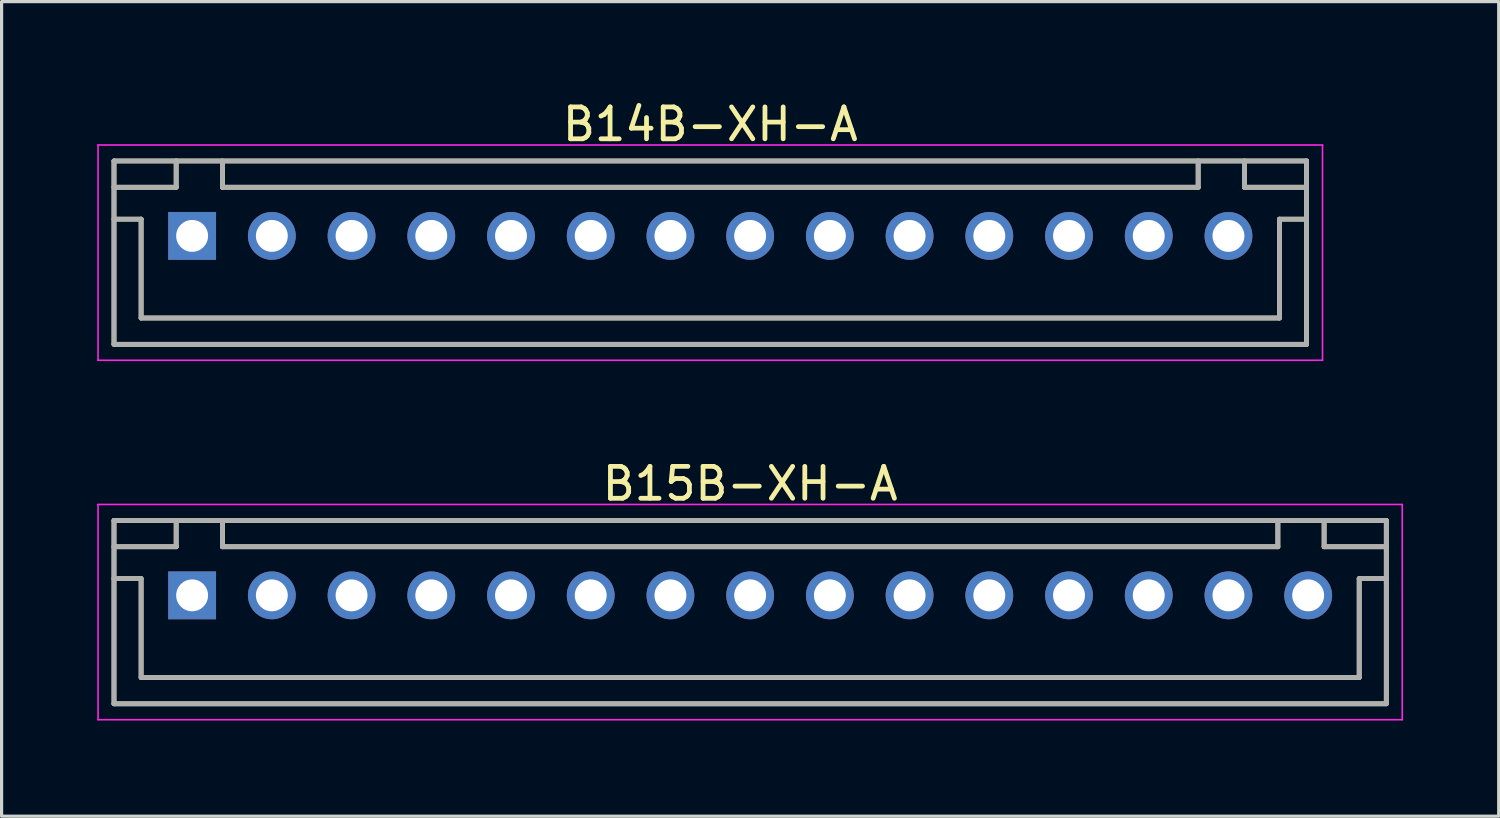
<source format=kicad_pcb>
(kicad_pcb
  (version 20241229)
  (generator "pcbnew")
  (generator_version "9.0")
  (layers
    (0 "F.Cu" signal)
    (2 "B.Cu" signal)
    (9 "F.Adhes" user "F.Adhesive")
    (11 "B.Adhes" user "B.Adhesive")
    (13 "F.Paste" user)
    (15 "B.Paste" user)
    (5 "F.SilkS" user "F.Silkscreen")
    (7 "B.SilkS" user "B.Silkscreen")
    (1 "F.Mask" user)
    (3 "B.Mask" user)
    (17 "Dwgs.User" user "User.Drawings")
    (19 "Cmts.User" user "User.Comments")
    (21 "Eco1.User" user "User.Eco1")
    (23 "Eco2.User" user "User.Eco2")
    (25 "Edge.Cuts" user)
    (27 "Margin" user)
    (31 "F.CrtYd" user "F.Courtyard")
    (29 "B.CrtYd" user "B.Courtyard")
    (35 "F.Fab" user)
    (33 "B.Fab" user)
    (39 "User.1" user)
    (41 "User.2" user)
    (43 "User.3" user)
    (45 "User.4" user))
  (footprint "B14B-XH-A"
    (layer "F.Cu")
    (at 19.225 4.348)
    (property "Reference" "B14B-XH-A" (at 0 -3.5 0) (layer "F.SilkS") (effects (font (size 1 1) (thickness 0.15))))
    (attr smd)
    (fp_line (start -18.7 -2.35) (end -18.7 3.4) (stroke (width 0.15) (type solid)) (layer "F.SilkS"))
    (fp_line (start -18.7 -2.35) (end 18.7 -2.35) (stroke (width 0.15) (type solid)) (layer "F.SilkS"))
    (fp_line (start -18.7 -1.525) (end -16.75 -1.525) (stroke (width 0.15) (type solid)) (layer "F.SilkS"))
    (fp_line (start -18.7 -0.525) (end -17.85 -0.525) (stroke (width 0.15) (type solid)) (layer "F.SilkS"))
    (fp_line (start -18.7 3.4) (end 18.7 3.4) (stroke (width 0.15) (type solid)) (layer "F.SilkS"))
    (fp_line (start -17.85 -0.525) (end -17.85 2.575) (stroke (width 0.15) (type solid)) (layer "F.SilkS"))
    (fp_line (start -17.85 2.575) (end 17.85 2.575) (stroke (width 0.15) (type solid)) (layer "F.SilkS"))
    (fp_line (start -16.75 -2.35) (end -16.75 -1.525) (stroke (width 0.15) (type solid)) (layer "F.SilkS"))
    (fp_line (start -15.3 -2.35) (end -15.3 -1.525) (stroke (width 0.15) (type solid)) (layer "F.SilkS"))
    (fp_line (start -15.3 -1.525) (end 15.3 -1.525) (stroke (width 0.15) (type solid)) (layer "F.SilkS"))
    (fp_line (start 15.3 -2.35) (end 15.3 -1.525) (stroke (width 0.15) (type solid)) (layer "F.SilkS"))
    (fp_line (start 16.75 -2.35) (end 16.75 -1.525) (stroke (width 0.15) (type solid)) (layer "F.SilkS"))
    (fp_line (start 16.75 -1.525) (end 18.7 -1.525) (stroke (width 0.15) (type solid)) (layer "F.SilkS"))
    (fp_line (start 17.85 -0.525) (end 17.85 2.575) (stroke (width 0.15) (type solid)) (layer "F.SilkS"))
    (fp_line (start 17.85 -0.525) (end 18.7 -0.525) (stroke (width 0.15) (type solid)) (layer "F.SilkS"))
    (fp_line (start 18.7 -2.35) (end 18.7 3.4) (stroke (width 0.15) (type solid)) (layer "F.SilkS"))
    (fp_line (start -19.2 -2.85) (end -19.2 3.9) (stroke (width 0.05) (type solid)) (layer "F.CrtYd"))
    (fp_line (start -19.2 -2.85) (end 19.2 -2.85) (stroke (width 0.05) (type solid)) (layer "F.CrtYd"))
    (fp_line (start -19.2 3.9) (end 19.2 3.9) (stroke (width 0.05) (type solid)) (layer "F.CrtYd"))
    (fp_line (start 19.2 -2.85) (end 19.2 3.9) (stroke (width 0.05) (type solid)) (layer "F.CrtYd"))
    (fp_line (start -18.7 -2.35) (end -18.7 3.4) (stroke (width 0.15) (type solid)) (layer "F.Fab"))
    (fp_line (start -18.7 -2.35) (end 18.7 -2.35) (stroke (width 0.15) (type solid)) (layer "F.Fab"))
    (fp_line (start -18.7 -1.525) (end -16.75 -1.525) (stroke (width 0.15) (type solid)) (layer "F.Fab"))
    (fp_line (start -18.7 -0.525) (end -17.85 -0.525) (stroke (width 0.15) (type solid)) (layer "F.Fab"))
    (fp_line (start -18.7 3.4) (end 18.7 3.4) (stroke (width 0.15) (type solid)) (layer "F.Fab"))
    (fp_line (start -17.85 -0.525) (end -17.85 2.575) (stroke (width 0.15) (type solid)) (layer "F.Fab"))
    (fp_line (start -17.85 2.575) (end 17.85 2.575) (stroke (width 0.15) (type solid)) (layer "F.Fab"))
    (fp_line (start -16.75 -2.35) (end -16.75 -1.525) (stroke (width 0.15) (type solid)) (layer "F.Fab"))
    (fp_line (start -15.3 -2.35) (end -15.3 -1.525) (stroke (width 0.15) (type solid)) (layer "F.Fab"))
    (fp_line (start -15.3 -1.525) (end 15.3 -1.525) (stroke (width 0.15) (type solid)) (layer "F.Fab"))
    (fp_line (start 15.3 -2.35) (end 15.3 -1.525) (stroke (width 0.15) (type solid)) (layer "F.Fab"))
    (fp_line (start 16.75 -2.35) (end 16.75 -1.525) (stroke (width 0.15) (type solid)) (layer "F.Fab"))
    (fp_line (start 16.75 -1.525) (end 18.7 -1.525) (stroke (width 0.15) (type solid)) (layer "F.Fab"))
    (fp_line (start 17.85 -0.525) (end 17.85 2.575) (stroke (width 0.15) (type solid)) (layer "F.Fab"))
    (fp_line (start 17.85 -0.525) (end 18.7 -0.525) (stroke (width 0.15) (type solid)) (layer "F.Fab"))
    (fp_line (start 18.7 -2.35) (end 18.7 3.4) (stroke (width 0.15) (type solid)) (layer "F.Fab"))
    (pad "1" thru_hole rect (at -16.25 0) (size 1.5 1.5) (drill 1) (layers "*.Cu" "*.Mask"))
    (pad "2" thru_hole circle (at -13.75 0) (size 1.5 1.5) (drill 1) (layers "*.Cu" "*.Mask"))
    (pad "3" thru_hole circle (at -11.25 0) (size 1.5 1.5) (drill 1) (layers "*.Cu" "*.Mask"))
    (pad "4" thru_hole circle (at -8.75 0) (size 1.5 1.5) (drill 1) (layers "*.Cu" "*.Mask"))
    (pad "5" thru_hole circle (at -6.25 0) (size 1.5 1.5) (drill 1) (layers "*.Cu" "*.Mask"))
    (pad "6" thru_hole circle (at -3.75 0) (size 1.5 1.5) (drill 1) (layers "*.Cu" "*.Mask"))
    (pad "7" thru_hole circle (at -1.25 0) (size 1.5 1.5) (drill 1) (layers "*.Cu" "*.Mask"))
    (pad "8" thru_hole circle (at 1.25 0) (size 1.5 1.5) (drill 1) (layers "*.Cu" "*.Mask"))
    (pad "9" thru_hole circle (at 3.75 0) (size 1.5 1.5) (drill 1) (layers "*.Cu" "*.Mask"))
    (pad "10" thru_hole circle (at 6.25 0) (size 1.5 1.5) (drill 1) (layers "*.Cu" "*.Mask"))
    (pad "11" thru_hole circle (at 8.75 0) (size 1.5 1.5) (drill 1) (layers "*.Cu" "*.Mask"))
    (pad "12" thru_hole circle (at 11.25 0) (size 1.5 1.5) (drill 1) (layers "*.Cu" "*.Mask"))
    (pad "13" thru_hole circle (at 13.75 0) (size 1.5 1.5) (drill 1) (layers "*.Cu" "*.Mask"))
    (pad "14" thru_hole circle (at 16.25 0) (size 1.5 1.5) (drill 1) (layers "*.Cu" "*.Mask")))
  (footprint "B15B-XH-A"
    (layer "F.Cu")
    (at 20.475 15.621)
    (property "Reference" "B15B-XH-A" (at 0 -3.5 0) (layer "F.SilkS") (effects (font (size 1 1) (thickness 0.15))))
    (attr smd)
    (fp_line (start -19.95 -2.35) (end -19.95 3.4) (stroke (width 0.15) (type solid)) (layer "F.SilkS"))
    (fp_line (start -19.95 -2.35) (end 19.95 -2.35) (stroke (width 0.15) (type solid)) (layer "F.SilkS"))
    (fp_line (start -19.95 -1.525) (end -18 -1.525) (stroke (width 0.15) (type solid)) (layer "F.SilkS"))
    (fp_line (start -19.95 -0.525) (end -19.1 -0.525) (stroke (width 0.15) (type solid)) (layer "F.SilkS"))
    (fp_line (start -19.95 3.4) (end 19.95 3.4) (stroke (width 0.15) (type solid)) (layer "F.SilkS"))
    (fp_line (start -19.1 -0.525) (end -19.1 2.575) (stroke (width 0.15) (type solid)) (layer "F.SilkS"))
    (fp_line (start -19.1 2.575) (end 19.1 2.575) (stroke (width 0.15) (type solid)) (layer "F.SilkS"))
    (fp_line (start -18 -2.35) (end -18 -1.525) (stroke (width 0.15) (type solid)) (layer "F.SilkS"))
    (fp_line (start -16.55 -2.35) (end -16.55 -1.525) (stroke (width 0.15) (type solid)) (layer "F.SilkS"))
    (fp_line (start -16.55 -1.525) (end 16.55 -1.525) (stroke (width 0.15) (type solid)) (layer "F.SilkS"))
    (fp_line (start 16.55 -2.35) (end 16.55 -1.525) (stroke (width 0.15) (type solid)) (layer "F.SilkS"))
    (fp_line (start 18 -2.35) (end 18 -1.525) (stroke (width 0.15) (type solid)) (layer "F.SilkS"))
    (fp_line (start 18 -1.525) (end 19.95 -1.525) (stroke (width 0.15) (type solid)) (layer "F.SilkS"))
    (fp_line (start 19.1 -0.525) (end 19.1 2.575) (stroke (width 0.15) (type solid)) (layer "F.SilkS"))
    (fp_line (start 19.1 -0.525) (end 19.95 -0.525) (stroke (width 0.15) (type solid)) (layer "F.SilkS"))
    (fp_line (start 19.95 -2.35) (end 19.95 3.4) (stroke (width 0.15) (type solid)) (layer "F.SilkS"))
    (fp_line (start -20.45 -2.85) (end -20.45 3.9) (stroke (width 0.05) (type solid)) (layer "F.CrtYd"))
    (fp_line (start -20.45 -2.85) (end 20.45 -2.85) (stroke (width 0.05) (type solid)) (layer "F.CrtYd"))
    (fp_line (start -20.45 3.9) (end 20.45 3.9) (stroke (width 0.05) (type solid)) (layer "F.CrtYd"))
    (fp_line (start 20.45 -2.85) (end 20.45 3.9) (stroke (width 0.05) (type solid)) (layer "F.CrtYd"))
    (fp_line (start -19.95 -2.35) (end -19.95 3.4) (stroke (width 0.15) (type solid)) (layer "F.Fab"))
    (fp_line (start -19.95 -2.35) (end 19.95 -2.35) (stroke (width 0.15) (type solid)) (layer "F.Fab"))
    (fp_line (start -19.95 -1.525) (end -18 -1.525) (stroke (width 0.15) (type solid)) (layer "F.Fab"))
    (fp_line (start -19.95 -0.525) (end -19.1 -0.525) (stroke (width 0.15) (type solid)) (layer "F.Fab"))
    (fp_line (start -19.95 3.4) (end 19.95 3.4) (stroke (width 0.15) (type solid)) (layer "F.Fab"))
    (fp_line (start -19.1 -0.525) (end -19.1 2.575) (stroke (width 0.15) (type solid)) (layer "F.Fab"))
    (fp_line (start -19.1 2.575) (end 19.1 2.575) (stroke (width 0.15) (type solid)) (layer "F.Fab"))
    (fp_line (start -18 -2.35) (end -18 -1.525) (stroke (width 0.15) (type solid)) (layer "F.Fab"))
    (fp_line (start -16.55 -2.35) (end -16.55 -1.525) (stroke (width 0.15) (type solid)) (layer "F.Fab"))
    (fp_line (start -16.55 -1.525) (end 16.55 -1.525) (stroke (width 0.15) (type solid)) (layer "F.Fab"))
    (fp_line (start 16.55 -2.35) (end 16.55 -1.525) (stroke (width 0.15) (type solid)) (layer "F.Fab"))
    (fp_line (start 18 -2.35) (end 18 -1.525) (stroke (width 0.15) (type solid)) (layer "F.Fab"))
    (fp_line (start 18 -1.525) (end 19.95 -1.525) (stroke (width 0.15) (type solid)) (layer "F.Fab"))
    (fp_line (start 19.1 -0.525) (end 19.1 2.575) (stroke (width 0.15) (type solid)) (layer "F.Fab"))
    (fp_line (start 19.1 -0.525) (end 19.95 -0.525) (stroke (width 0.15) (type solid)) (layer "F.Fab"))
    (fp_line (start 19.95 -2.35) (end 19.95 3.4) (stroke (width 0.15) (type solid)) (layer "F.Fab"))
    (pad "1" thru_hole rect (at -17.5 0) (size 1.5 1.5) (drill 1) (layers "*.Cu" "*.Mask"))
    (pad "2" thru_hole circle (at -15 0) (size 1.5 1.5) (drill 1) (layers "*.Cu" "*.Mask"))
    (pad "3" thru_hole circle (at -12.5 0) (size 1.5 1.5) (drill 1) (layers "*.Cu" "*.Mask"))
    (pad "4" thru_hole circle (at -10 0) (size 1.5 1.5) (drill 1) (layers "*.Cu" "*.Mask"))
    (pad "5" thru_hole circle (at -7.5 0) (size 1.5 1.5) (drill 1) (layers "*.Cu" "*.Mask"))
    (pad "6" thru_hole circle (at -5 0) (size 1.5 1.5) (drill 1) (layers "*.Cu" "*.Mask"))
    (pad "7" thru_hole circle (at -2.5 0) (size 1.5 1.5) (drill 1) (layers "*.Cu" "*.Mask"))
    (pad "8" thru_hole circle (at 0 0) (size 1.5 1.5) (drill 1) (layers "*.Cu" "*.Mask"))
    (pad "9" thru_hole circle (at 2.5 0) (size 1.5 1.5) (drill 1) (layers "*.Cu" "*.Mask"))
    (pad "10" thru_hole circle (at 5 0) (size 1.5 1.5) (drill 1) (layers "*.Cu" "*.Mask"))
    (pad "11" thru_hole circle (at 7.5 0) (size 1.5 1.5) (drill 1) (layers "*.Cu" "*.Mask"))
    (pad "12" thru_hole circle (at 10 0) (size 1.5 1.5) (drill 1) (layers "*.Cu" "*.Mask"))
    (pad "13" thru_hole circle (at 12.5 0) (size 1.5 1.5) (drill 1) (layers "*.Cu" "*.Mask"))
    (pad "14" thru_hole circle (at 15 0) (size 1.5 1.5) (drill 1) (layers "*.Cu" "*.Mask"))
    (pad "15" thru_hole circle (at 17.5 0) (size 1.5 1.5) (drill 1) (layers "*.Cu" "*.Mask")))
  (gr_rect
    (start -3 -3)
    (end 43.95 22.547)
    (stroke (width 0.1) (type default))
    (fill no)
    (layer "Edge.Cuts")))
</source>
